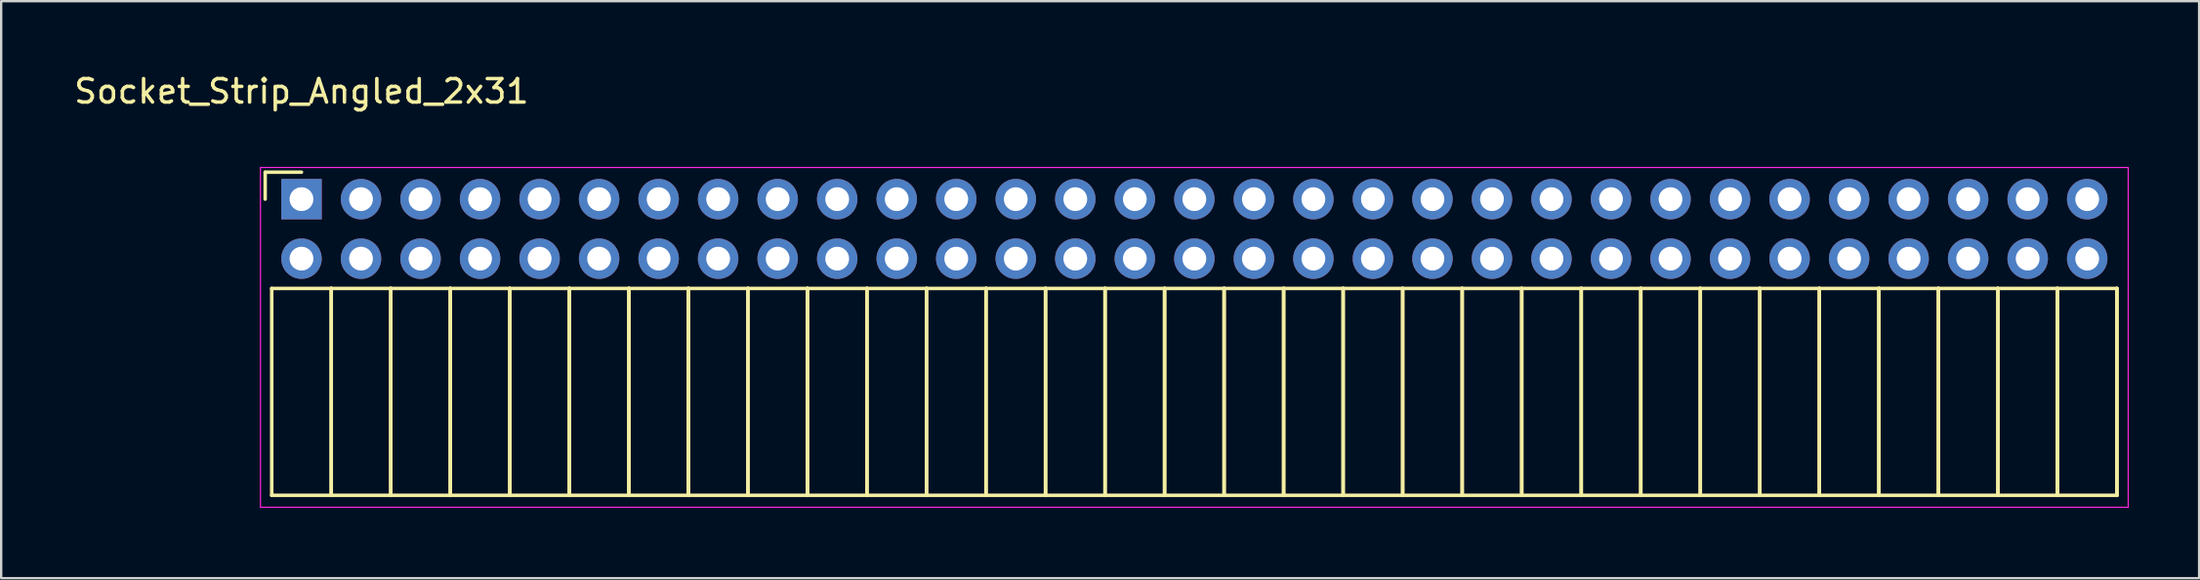
<source format=kicad_pcb>
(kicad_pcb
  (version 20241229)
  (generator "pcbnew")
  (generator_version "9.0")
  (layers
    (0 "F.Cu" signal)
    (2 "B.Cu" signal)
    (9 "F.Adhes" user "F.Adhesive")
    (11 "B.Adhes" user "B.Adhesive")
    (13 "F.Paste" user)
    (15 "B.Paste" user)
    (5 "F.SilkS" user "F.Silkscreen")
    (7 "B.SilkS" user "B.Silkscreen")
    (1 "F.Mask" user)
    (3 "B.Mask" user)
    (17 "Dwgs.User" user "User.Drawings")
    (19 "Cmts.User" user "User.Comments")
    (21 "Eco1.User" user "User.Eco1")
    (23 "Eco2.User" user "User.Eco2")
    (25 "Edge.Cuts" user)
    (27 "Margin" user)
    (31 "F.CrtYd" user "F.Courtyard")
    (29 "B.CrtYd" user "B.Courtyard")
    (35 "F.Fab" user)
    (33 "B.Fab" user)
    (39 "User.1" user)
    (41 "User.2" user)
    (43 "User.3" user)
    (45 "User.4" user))
  (footprint "Socket_Strip_Angled_2x31"
    (layer "F.Cu")
    (at 9.815 5.448)
    (property "Reference" "Socket_Strip_Angled_2x31" (at 0 -4.6 0) (layer "F.SilkS") (effects (font (size 1 1) (thickness 0.15))))
    (attr through_hole)
    (fp_line (start -1.55 -1.15) (end -1.55 0) (stroke (width 0.15) (type solid)) (layer "F.SilkS"))
    (fp_line (start -1.27 3.81) (end -1.27 12.64) (stroke (width 0.15) (type solid)) (layer "F.SilkS"))
    (fp_line (start -1.27 3.81) (end 1.27 3.81) (stroke (width 0.15) (type solid)) (layer "F.SilkS"))
    (fp_line (start -1.27 12.64) (end 1.27 12.64) (stroke (width 0.15) (type solid)) (layer "F.SilkS"))
    (fp_line (start 0 -1.15) (end -1.55 -1.15) (stroke (width 0.15) (type solid)) (layer "F.SilkS"))
    (fp_line (start 1.27 3.81) (end 1.27 12.64) (stroke (width 0.15) (type solid)) (layer "F.SilkS"))
    (fp_line (start 1.27 3.81) (end 3.81 3.81) (stroke (width 0.15) (type solid)) (layer "F.SilkS"))
    (fp_line (start 1.27 12.64) (end 1.27 3.81) (stroke (width 0.15) (type solid)) (layer "F.SilkS"))
    (fp_line (start 1.27 12.64) (end 3.81 12.64) (stroke (width 0.15) (type solid)) (layer "F.SilkS"))
    (fp_line (start 3.81 3.81) (end 3.81 12.64) (stroke (width 0.15) (type solid)) (layer "F.SilkS"))
    (fp_line (start 3.81 3.81) (end 6.35 3.81) (stroke (width 0.15) (type solid)) (layer "F.SilkS"))
    (fp_line (start 3.81 12.64) (end 3.81 3.81) (stroke (width 0.15) (type solid)) (layer "F.SilkS"))
    (fp_line (start 3.81 12.64) (end 6.35 12.64) (stroke (width 0.15) (type solid)) (layer "F.SilkS"))
    (fp_line (start 6.35 3.81) (end 6.35 12.64) (stroke (width 0.15) (type solid)) (layer "F.SilkS"))
    (fp_line (start 6.35 3.81) (end 8.89 3.81) (stroke (width 0.15) (type solid)) (layer "F.SilkS"))
    (fp_line (start 6.35 12.64) (end 6.35 3.81) (stroke (width 0.15) (type solid)) (layer "F.SilkS"))
    (fp_line (start 6.35 12.64) (end 8.89 12.64) (stroke (width 0.15) (type solid)) (layer "F.SilkS"))
    (fp_line (start 8.89 3.81) (end 8.89 12.64) (stroke (width 0.15) (type solid)) (layer "F.SilkS"))
    (fp_line (start 8.89 3.81) (end 11.43 3.81) (stroke (width 0.15) (type solid)) (layer "F.SilkS"))
    (fp_line (start 8.89 12.64) (end 8.89 3.81) (stroke (width 0.15) (type solid)) (layer "F.SilkS"))
    (fp_line (start 8.89 12.64) (end 11.43 12.64) (stroke (width 0.15) (type solid)) (layer "F.SilkS"))
    (fp_line (start 11.43 3.81) (end 11.43 12.64) (stroke (width 0.15) (type solid)) (layer "F.SilkS"))
    (fp_line (start 11.43 3.81) (end 13.97 3.81) (stroke (width 0.15) (type solid)) (layer "F.SilkS"))
    (fp_line (start 11.43 12.64) (end 11.43 3.81) (stroke (width 0.15) (type solid)) (layer "F.SilkS"))
    (fp_line (start 11.43 12.64) (end 13.97 12.64) (stroke (width 0.15) (type solid)) (layer "F.SilkS"))
    (fp_line (start 13.97 3.81) (end 13.97 12.64) (stroke (width 0.15) (type solid)) (layer "F.SilkS"))
    (fp_line (start 13.97 3.81) (end 16.51 3.81) (stroke (width 0.15) (type solid)) (layer "F.SilkS"))
    (fp_line (start 13.97 12.64) (end 13.97 3.81) (stroke (width 0.15) (type solid)) (layer "F.SilkS"))
    (fp_line (start 13.97 12.64) (end 16.51 12.64) (stroke (width 0.15) (type solid)) (layer "F.SilkS"))
    (fp_line (start 16.51 3.81) (end 16.51 12.64) (stroke (width 0.15) (type solid)) (layer "F.SilkS"))
    (fp_line (start 16.51 3.81) (end 19.05 3.81) (stroke (width 0.15) (type solid)) (layer "F.SilkS"))
    (fp_line (start 16.51 12.64) (end 16.51 3.81) (stroke (width 0.15) (type solid)) (layer "F.SilkS"))
    (fp_line (start 16.51 12.64) (end 19.05 12.64) (stroke (width 0.15) (type solid)) (layer "F.SilkS"))
    (fp_line (start 19.05 3.81) (end 19.05 12.64) (stroke (width 0.15) (type solid)) (layer "F.SilkS"))
    (fp_line (start 19.05 3.81) (end 21.59 3.81) (stroke (width 0.15) (type solid)) (layer "F.SilkS"))
    (fp_line (start 19.05 12.64) (end 19.05 3.81) (stroke (width 0.15) (type solid)) (layer "F.SilkS"))
    (fp_line (start 19.05 12.64) (end 21.59 12.64) (stroke (width 0.15) (type solid)) (layer "F.SilkS"))
    (fp_line (start 21.59 3.81) (end 21.59 12.64) (stroke (width 0.15) (type solid)) (layer "F.SilkS"))
    (fp_line (start 21.59 3.81) (end 24.13 3.81) (stroke (width 0.15) (type solid)) (layer "F.SilkS"))
    (fp_line (start 21.59 12.64) (end 21.59 3.81) (stroke (width 0.15) (type solid)) (layer "F.SilkS"))
    (fp_line (start 21.59 12.64) (end 24.13 12.64) (stroke (width 0.15) (type solid)) (layer "F.SilkS"))
    (fp_line (start 24.13 3.81) (end 24.13 12.64) (stroke (width 0.15) (type solid)) (layer "F.SilkS"))
    (fp_line (start 24.13 3.81) (end 26.67 3.81) (stroke (width 0.15) (type solid)) (layer "F.SilkS"))
    (fp_line (start 24.13 12.64) (end 24.13 3.81) (stroke (width 0.15) (type solid)) (layer "F.SilkS"))
    (fp_line (start 24.13 12.64) (end 26.67 12.64) (stroke (width 0.15) (type solid)) (layer "F.SilkS"))
    (fp_line (start 26.67 3.81) (end 26.67 12.64) (stroke (width 0.15) (type solid)) (layer "F.SilkS"))
    (fp_line (start 26.67 3.81) (end 29.21 3.81) (stroke (width 0.15) (type solid)) (layer "F.SilkS"))
    (fp_line (start 26.67 12.64) (end 26.67 3.81) (stroke (width 0.15) (type solid)) (layer "F.SilkS"))
    (fp_line (start 26.67 12.64) (end 29.21 12.64) (stroke (width 0.15) (type solid)) (layer "F.SilkS"))
    (fp_line (start 29.21 3.81) (end 29.21 12.64) (stroke (width 0.15) (type solid)) (layer "F.SilkS"))
    (fp_line (start 29.21 3.81) (end 31.75 3.81) (stroke (width 0.15) (type solid)) (layer "F.SilkS"))
    (fp_line (start 29.21 12.64) (end 29.21 3.81) (stroke (width 0.15) (type solid)) (layer "F.SilkS"))
    (fp_line (start 29.21 12.64) (end 31.75 12.64) (stroke (width 0.15) (type solid)) (layer "F.SilkS"))
    (fp_line (start 31.75 3.81) (end 31.75 12.64) (stroke (width 0.15) (type solid)) (layer "F.SilkS"))
    (fp_line (start 31.75 3.81) (end 34.29 3.81) (stroke (width 0.15) (type solid)) (layer "F.SilkS"))
    (fp_line (start 31.75 12.64) (end 31.75 3.81) (stroke (width 0.15) (type solid)) (layer "F.SilkS"))
    (fp_line (start 31.75 12.64) (end 34.29 12.64) (stroke (width 0.15) (type solid)) (layer "F.SilkS"))
    (fp_line (start 34.29 3.81) (end 34.29 12.64) (stroke (width 0.15) (type solid)) (layer "F.SilkS"))
    (fp_line (start 34.29 3.81) (end 36.83 3.81) (stroke (width 0.15) (type solid)) (layer "F.SilkS"))
    (fp_line (start 34.29 12.64) (end 34.29 3.81) (stroke (width 0.15) (type solid)) (layer "F.SilkS"))
    (fp_line (start 34.29 12.64) (end 36.83 12.64) (stroke (width 0.15) (type solid)) (layer "F.SilkS"))
    (fp_line (start 36.83 3.81) (end 36.83 12.64) (stroke (width 0.15) (type solid)) (layer "F.SilkS"))
    (fp_line (start 36.83 3.81) (end 39.37 3.81) (stroke (width 0.15) (type solid)) (layer "F.SilkS"))
    (fp_line (start 36.83 12.64) (end 36.83 3.81) (stroke (width 0.15) (type solid)) (layer "F.SilkS"))
    (fp_line (start 36.83 12.64) (end 39.37 12.64) (stroke (width 0.15) (type solid)) (layer "F.SilkS"))
    (fp_line (start 39.37 3.81) (end 39.37 12.64) (stroke (width 0.15) (type solid)) (layer "F.SilkS"))
    (fp_line (start 39.37 3.81) (end 41.91 3.81) (stroke (width 0.15) (type solid)) (layer "F.SilkS"))
    (fp_line (start 39.37 12.64) (end 39.37 3.81) (stroke (width 0.15) (type solid)) (layer "F.SilkS"))
    (fp_line (start 39.37 12.64) (end 41.91 12.64) (stroke (width 0.15) (type solid)) (layer "F.SilkS"))
    (fp_line (start 41.91 3.81) (end 41.91 12.64) (stroke (width 0.15) (type solid)) (layer "F.SilkS"))
    (fp_line (start 41.91 3.81) (end 44.45 3.81) (stroke (width 0.15) (type solid)) (layer "F.SilkS"))
    (fp_line (start 41.91 12.64) (end 41.91 3.81) (stroke (width 0.15) (type solid)) (layer "F.SilkS"))
    (fp_line (start 41.91 12.64) (end 44.45 12.64) (stroke (width 0.15) (type solid)) (layer "F.SilkS"))
    (fp_line (start 44.45 3.81) (end 44.45 12.64) (stroke (width 0.15) (type solid)) (layer "F.SilkS"))
    (fp_line (start 44.45 3.81) (end 46.99 3.81) (stroke (width 0.15) (type solid)) (layer "F.SilkS"))
    (fp_line (start 44.45 12.64) (end 44.45 3.81) (stroke (width 0.15) (type solid)) (layer "F.SilkS"))
    (fp_line (start 44.45 12.64) (end 46.99 12.64) (stroke (width 0.15) (type solid)) (layer "F.SilkS"))
    (fp_line (start 46.99 3.81) (end 46.99 12.64) (stroke (width 0.15) (type solid)) (layer "F.SilkS"))
    (fp_line (start 46.99 3.81) (end 49.53 3.81) (stroke (width 0.15) (type solid)) (layer "F.SilkS"))
    (fp_line (start 46.99 12.64) (end 46.99 3.81) (stroke (width 0.15) (type solid)) (layer "F.SilkS"))
    (fp_line (start 46.99 12.64) (end 49.53 12.64) (stroke (width 0.15) (type solid)) (layer "F.SilkS"))
    (fp_line (start 49.53 3.81) (end 49.53 12.64) (stroke (width 0.15) (type solid)) (layer "F.SilkS"))
    (fp_line (start 49.53 3.81) (end 52.07 3.81) (stroke (width 0.15) (type solid)) (layer "F.SilkS"))
    (fp_line (start 49.53 12.64) (end 49.53 3.81) (stroke (width 0.15) (type solid)) (layer "F.SilkS"))
    (fp_line (start 49.53 12.64) (end 52.07 12.64) (stroke (width 0.15) (type solid)) (layer "F.SilkS"))
    (fp_line (start 52.07 3.81) (end 52.07 12.64) (stroke (width 0.15) (type solid)) (layer "F.SilkS"))
    (fp_line (start 52.07 3.81) (end 54.61 3.81) (stroke (width 0.15) (type solid)) (layer "F.SilkS"))
    (fp_line (start 52.07 12.64) (end 52.07 3.81) (stroke (width 0.15) (type solid)) (layer "F.SilkS"))
    (fp_line (start 52.07 12.64) (end 54.61 12.64) (stroke (width 0.15) (type solid)) (layer "F.SilkS"))
    (fp_line (start 54.61 3.81) (end 54.61 12.64) (stroke (width 0.15) (type solid)) (layer "F.SilkS"))
    (fp_line (start 54.61 3.81) (end 57.15 3.81) (stroke (width 0.15) (type solid)) (layer "F.SilkS"))
    (fp_line (start 54.61 12.64) (end 54.61 3.81) (stroke (width 0.15) (type solid)) (layer "F.SilkS"))
    (fp_line (start 54.61 12.64) (end 57.15 12.64) (stroke (width 0.15) (type solid)) (layer "F.SilkS"))
    (fp_line (start 57.15 3.81) (end 57.15 12.64) (stroke (width 0.15) (type solid)) (layer "F.SilkS"))
    (fp_line (start 57.15 3.81) (end 59.69 3.81) (stroke (width 0.15) (type solid)) (layer "F.SilkS"))
    (fp_line (start 57.15 12.64) (end 57.15 3.81) (stroke (width 0.15) (type solid)) (layer "F.SilkS"))
    (fp_line (start 57.15 12.64) (end 59.69 12.64) (stroke (width 0.15) (type solid)) (layer "F.SilkS"))
    (fp_line (start 59.69 3.81) (end 59.69 12.64) (stroke (width 0.15) (type solid)) (layer "F.SilkS"))
    (fp_line (start 59.69 3.81) (end 62.23 3.81) (stroke (width 0.15) (type solid)) (layer "F.SilkS"))
    (fp_line (start 59.69 12.64) (end 59.69 3.81) (stroke (width 0.15) (type solid)) (layer "F.SilkS"))
    (fp_line (start 59.69 12.64) (end 62.23 12.64) (stroke (width 0.15) (type solid)) (layer "F.SilkS"))
    (fp_line (start 62.23 3.81) (end 62.23 12.64) (stroke (width 0.15) (type solid)) (layer "F.SilkS"))
    (fp_line (start 62.23 3.81) (end 64.77 3.81) (stroke (width 0.15) (type solid)) (layer "F.SilkS"))
    (fp_line (start 62.23 12.64) (end 62.23 3.81) (stroke (width 0.15) (type solid)) (layer "F.SilkS"))
    (fp_line (start 62.23 12.64) (end 64.77 12.64) (stroke (width 0.15) (type solid)) (layer "F.SilkS"))
    (fp_line (start 64.77 3.81) (end 64.77 12.64) (stroke (width 0.15) (type solid)) (layer "F.SilkS"))
    (fp_line (start 64.77 3.81) (end 67.31 3.81) (stroke (width 0.15) (type solid)) (layer "F.SilkS"))
    (fp_line (start 64.77 12.64) (end 64.77 3.81) (stroke (width 0.15) (type solid)) (layer "F.SilkS"))
    (fp_line (start 64.77 12.64) (end 67.31 12.64) (stroke (width 0.15) (type solid)) (layer "F.SilkS"))
    (fp_line (start 67.31 3.81) (end 67.31 12.64) (stroke (width 0.15) (type solid)) (layer "F.SilkS"))
    (fp_line (start 67.31 3.81) (end 69.85 3.81) (stroke (width 0.15) (type solid)) (layer "F.SilkS"))
    (fp_line (start 67.31 12.64) (end 67.31 3.81) (stroke (width 0.15) (type solid)) (layer "F.SilkS"))
    (fp_line (start 67.31 12.64) (end 69.85 12.64) (stroke (width 0.15) (type solid)) (layer "F.SilkS"))
    (fp_line (start 69.85 3.81) (end 69.85 12.64) (stroke (width 0.15) (type solid)) (layer "F.SilkS"))
    (fp_line (start 69.85 3.81) (end 72.39 3.81) (stroke (width 0.15) (type solid)) (layer "F.SilkS"))
    (fp_line (start 69.85 12.64) (end 69.85 3.81) (stroke (width 0.15) (type solid)) (layer "F.SilkS"))
    (fp_line (start 69.85 12.64) (end 72.39 12.64) (stroke (width 0.15) (type solid)) (layer "F.SilkS"))
    (fp_line (start 72.39 3.81) (end 72.39 12.64) (stroke (width 0.15) (type solid)) (layer "F.SilkS"))
    (fp_line (start 72.39 3.81) (end 74.93 3.81) (stroke (width 0.15) (type solid)) (layer "F.SilkS"))
    (fp_line (start 72.39 12.64) (end 72.39 3.81) (stroke (width 0.15) (type solid)) (layer "F.SilkS"))
    (fp_line (start 72.39 12.64) (end 74.93 12.64) (stroke (width 0.15) (type solid)) (layer "F.SilkS"))
    (fp_line (start 74.93 3.81) (end 74.93 12.64) (stroke (width 0.15) (type solid)) (layer "F.SilkS"))
    (fp_line (start 74.93 3.81) (end 77.47 3.81) (stroke (width 0.15) (type solid)) (layer "F.SilkS"))
    (fp_line (start 74.93 12.64) (end 74.93 3.81) (stroke (width 0.15) (type solid)) (layer "F.SilkS"))
    (fp_line (start 74.93 12.64) (end 77.47 12.64) (stroke (width 0.15) (type solid)) (layer "F.SilkS"))
    (fp_line (start 77.47 3.81) (end 77.47 12.64) (stroke (width 0.15) (type solid)) (layer "F.SilkS"))
    (fp_line (start 77.47 12.64) (end 77.47 3.81) (stroke (width 0.15) (type solid)) (layer "F.SilkS"))
    (fp_line (start -1.75 -1.35) (end -1.75 13.15) (stroke (width 0.05) (type solid)) (layer "F.CrtYd"))
    (fp_line (start -1.75 -1.35) (end 77.95 -1.35) (stroke (width 0.05) (type solid)) (layer "F.CrtYd"))
    (fp_line (start -1.75 13.15) (end 77.95 13.15) (stroke (width 0.05) (type solid)) (layer "F.CrtYd"))
    (fp_line (start 77.95 -1.35) (end 77.95 13.15) (stroke (width 0.05) (type solid)) (layer "F.CrtYd"))
    (pad "1" thru_hole rect (at 0 0) (size 1.727 1.727) (drill 1.016) (layers "*.Cu" "*.Mask"))
    (pad "2" thru_hole oval (at 0 2.54) (size 1.727 1.727) (drill 1.016) (layers "*.Cu" "*.Mask"))
    (pad "3" thru_hole oval (at 2.54 0) (size 1.727 1.727) (drill 1.016) (layers "*.Cu" "*.Mask"))
    (pad "4" thru_hole oval (at 2.54 2.54) (size 1.727 1.727) (drill 1.016) (layers "*.Cu" "*.Mask"))
    (pad "5" thru_hole oval (at 5.08 0) (size 1.727 1.727) (drill 1.016) (layers "*.Cu" "*.Mask"))
    (pad "6" thru_hole oval (at 5.08 2.54) (size 1.727 1.727) (drill 1.016) (layers "*.Cu" "*.Mask"))
    (pad "7" thru_hole oval (at 7.62 0) (size 1.727 1.727) (drill 1.016) (layers "*.Cu" "*.Mask"))
    (pad "8" thru_hole oval (at 7.62 2.54) (size 1.727 1.727) (drill 1.016) (layers "*.Cu" "*.Mask"))
    (pad "9" thru_hole oval (at 10.16 0) (size 1.727 1.727) (drill 1.016) (layers "*.Cu" "*.Mask"))
    (pad "10" thru_hole oval (at 10.16 2.54) (size 1.727 1.727) (drill 1.016) (layers "*.Cu" "*.Mask"))
    (pad "11" thru_hole oval (at 12.7 0) (size 1.727 1.727) (drill 1.016) (layers "*.Cu" "*.Mask"))
    (pad "12" thru_hole oval (at 12.7 2.54) (size 1.727 1.727) (drill 1.016) (layers "*.Cu" "*.Mask"))
    (pad "13" thru_hole oval (at 15.24 0) (size 1.727 1.727) (drill 1.016) (layers "*.Cu" "*.Mask"))
    (pad "14" thru_hole oval (at 15.24 2.54) (size 1.727 1.727) (drill 1.016) (layers "*.Cu" "*.Mask"))
    (pad "15" thru_hole oval (at 17.78 0) (size 1.727 1.727) (drill 1.016) (layers "*.Cu" "*.Mask"))
    (pad "16" thru_hole oval (at 17.78 2.54) (size 1.727 1.727) (drill 1.016) (layers "*.Cu" "*.Mask"))
    (pad "17" thru_hole oval (at 20.32 0) (size 1.727 1.727) (drill 1.016) (layers "*.Cu" "*.Mask"))
    (pad "18" thru_hole oval (at 20.32 2.54) (size 1.727 1.727) (drill 1.016) (layers "*.Cu" "*.Mask"))
    (pad "19" thru_hole oval (at 22.86 0) (size 1.727 1.727) (drill 1.016) (layers "*.Cu" "*.Mask"))
    (pad "20" thru_hole oval (at 22.86 2.54) (size 1.727 1.727) (drill 1.016) (layers "*.Cu" "*.Mask"))
    (pad "21" thru_hole oval (at 25.4 0) (size 1.727 1.727) (drill 1.016) (layers "*.Cu" "*.Mask"))
    (pad "22" thru_hole oval (at 25.4 2.54) (size 1.727 1.727) (drill 1.016) (layers "*.Cu" "*.Mask"))
    (pad "23" thru_hole oval (at 27.94 0) (size 1.727 1.727) (drill 1.016) (layers "*.Cu" "*.Mask"))
    (pad "24" thru_hole oval (at 27.94 2.54) (size 1.727 1.727) (drill 1.016) (layers "*.Cu" "*.Mask"))
    (pad "25" thru_hole oval (at 30.48 0) (size 1.727 1.727) (drill 1.016) (layers "*.Cu" "*.Mask"))
    (pad "26" thru_hole oval (at 30.48 2.54) (size 1.727 1.727) (drill 1.016) (layers "*.Cu" "*.Mask"))
    (pad "27" thru_hole oval (at 33.02 0) (size 1.727 1.727) (drill 1.016) (layers "*.Cu" "*.Mask"))
    (pad "28" thru_hole oval (at 33.02 2.54) (size 1.727 1.727) (drill 1.016) (layers "*.Cu" "*.Mask"))
    (pad "29" thru_hole oval (at 35.56 0) (size 1.727 1.727) (drill 1.016) (layers "*.Cu" "*.Mask"))
    (pad "30" thru_hole oval (at 35.56 2.54) (size 1.727 1.727) (drill 1.016) (layers "*.Cu" "*.Mask"))
    (pad "31" thru_hole oval (at 38.1 0) (size 1.727 1.727) (drill 1.016) (layers "*.Cu" "*.Mask"))
    (pad "32" thru_hole oval (at 38.1 2.54) (size 1.727 1.727) (drill 1.016) (layers "*.Cu" "*.Mask"))
    (pad "33" thru_hole oval (at 40.64 0) (size 1.727 1.727) (drill 1.016) (layers "*.Cu" "*.Mask"))
    (pad "34" thru_hole oval (at 40.64 2.54) (size 1.727 1.727) (drill 1.016) (layers "*.Cu" "*.Mask"))
    (pad "35" thru_hole oval (at 43.18 0) (size 1.727 1.727) (drill 1.016) (layers "*.Cu" "*.Mask"))
    (pad "36" thru_hole oval (at 43.18 2.54) (size 1.727 1.727) (drill 1.016) (layers "*.Cu" "*.Mask"))
    (pad "37" thru_hole oval (at 45.72 0) (size 1.727 1.727) (drill 1.016) (layers "*.Cu" "*.Mask"))
    (pad "38" thru_hole oval (at 45.72 2.54) (size 1.727 1.727) (drill 1.016) (layers "*.Cu" "*.Mask"))
    (pad "39" thru_hole oval (at 48.26 0) (size 1.727 1.727) (drill 1.016) (layers "*.Cu" "*.Mask"))
    (pad "40" thru_hole oval (at 48.26 2.54) (size 1.727 1.727) (drill 1.016) (layers "*.Cu" "*.Mask"))
    (pad "41" thru_hole oval (at 50.8 0) (size 1.727 1.727) (drill 1.016) (layers "*.Cu" "*.Mask"))
    (pad "42" thru_hole oval (at 50.8 2.54) (size 1.727 1.727) (drill 1.016) (layers "*.Cu" "*.Mask"))
    (pad "43" thru_hole oval (at 53.34 0) (size 1.727 1.727) (drill 1.016) (layers "*.Cu" "*.Mask"))
    (pad "44" thru_hole oval (at 53.34 2.54) (size 1.727 1.727) (drill 1.016) (layers "*.Cu" "*.Mask"))
    (pad "45" thru_hole oval (at 55.88 0) (size 1.727 1.727) (drill 1.016) (layers "*.Cu" "*.Mask"))
    (pad "46" thru_hole oval (at 55.88 2.54) (size 1.727 1.727) (drill 1.016) (layers "*.Cu" "*.Mask"))
    (pad "47" thru_hole oval (at 58.42 0) (size 1.727 1.727) (drill 1.016) (layers "*.Cu" "*.Mask"))
    (pad "48" thru_hole oval (at 58.42 2.54) (size 1.727 1.727) (drill 1.016) (layers "*.Cu" "*.Mask"))
    (pad "49" thru_hole oval (at 60.96 0) (size 1.727 1.727) (drill 1.016) (layers "*.Cu" "*.Mask"))
    (pad "50" thru_hole oval (at 60.96 2.54) (size 1.727 1.727) (drill 1.016) (layers "*.Cu" "*.Mask"))
    (pad "51" thru_hole oval (at 63.5 0) (size 1.727 1.727) (drill 1.016) (layers "*.Cu" "*.Mask"))
    (pad "52" thru_hole oval (at 63.5 2.54) (size 1.727 1.727) (drill 1.016) (layers "*.Cu" "*.Mask"))
    (pad "53" thru_hole oval (at 66.04 0) (size 1.727 1.727) (drill 1.016) (layers "*.Cu" "*.Mask"))
    (pad "54" thru_hole oval (at 66.04 2.54) (size 1.727 1.727) (drill 1.016) (layers "*.Cu" "*.Mask"))
    (pad "55" thru_hole oval (at 68.58 0) (size 1.727 1.727) (drill 1.016) (layers "*.Cu" "*.Mask"))
    (pad "56" thru_hole oval (at 68.58 2.54) (size 1.727 1.727) (drill 1.016) (layers "*.Cu" "*.Mask"))
    (pad "57" thru_hole oval (at 71.12 0) (size 1.727 1.727) (drill 1.016) (layers "*.Cu" "*.Mask"))
    (pad "58" thru_hole oval (at 71.12 2.54) (size 1.727 1.727) (drill 1.016) (layers "*.Cu" "*.Mask"))
    (pad "59" thru_hole oval (at 73.66 0) (size 1.727 1.727) (drill 1.016) (layers "*.Cu" "*.Mask"))
    (pad "60" thru_hole oval (at 73.66 2.54) (size 1.727 1.727) (drill 1.016) (layers "*.Cu" "*.Mask"))
    (pad "61" thru_hole oval (at 76.2 0) (size 1.727 1.727) (drill 1.016) (layers "*.Cu" "*.Mask"))
    (pad "62" thru_hole oval (at 76.2 2.54) (size 1.727 1.727) (drill 1.016) (layers "*.Cu" "*.Mask")))
  (gr_rect
    (start -3 -3)
    (end 90.79 21.623)
    (stroke (width 0.1) (type default))
    (fill no)
    (layer "Edge.Cuts")))
</source>
